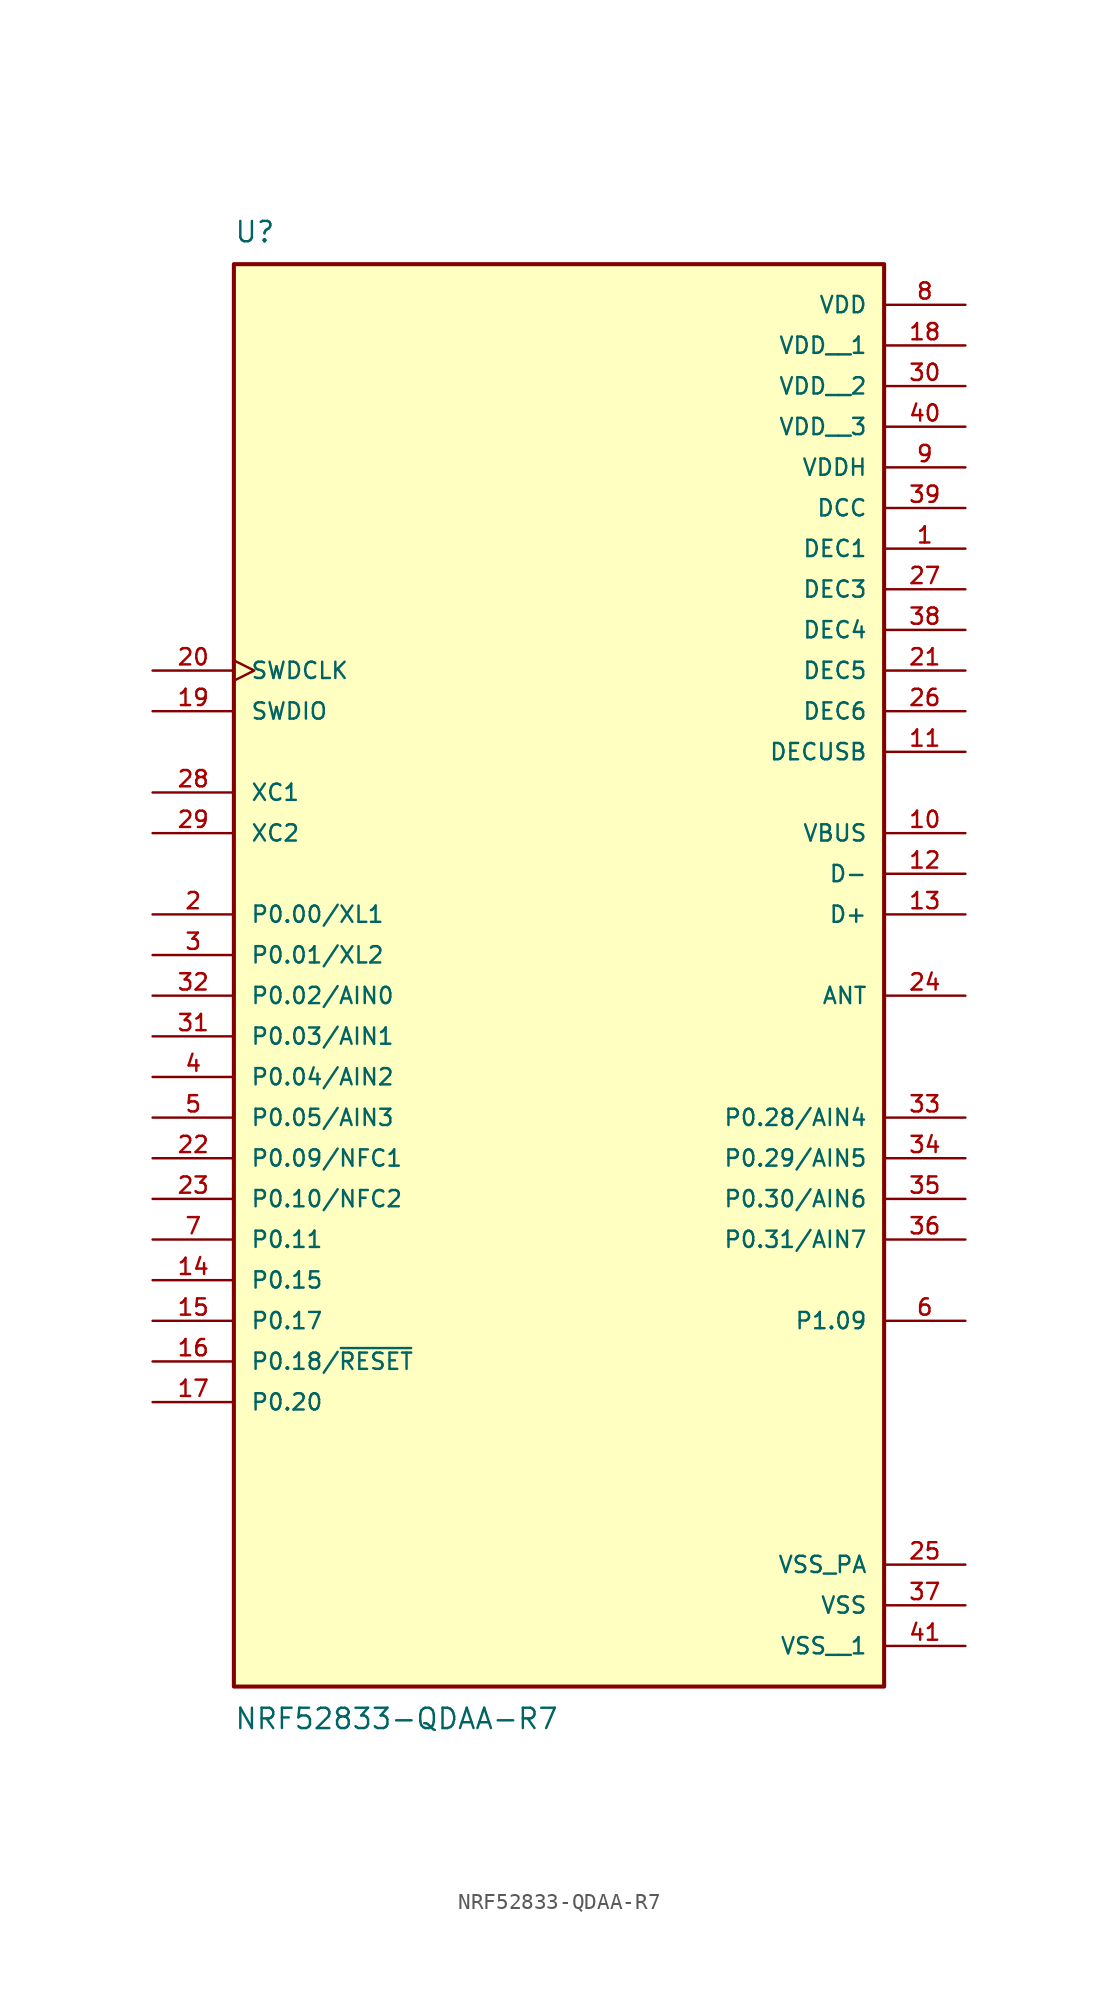
<source format=kicad_sym>
(kicad_symbol_lib
  (version 20211014)
  (generator kicad_symbol_editor)
  (symbol "NRF52833-QDAA-R7"
    (pin_names
      (offset 1.016))
    (property "Reference" "U"
      (at -20.32 39.37 0)
      (effects (font (size 1.27 1.27)) (justify bottom left)))
    (property "Value" "NRF52833-QDAA-R7"
      (at -20.32 -52.07 0)
      (effects (font (size 1.27 1.27)) (justify top left)))
    (symbol "NRF52833-QDAA-R7_0_0"
      (rectangle (start -20.32 -50.8) (end 20.32 38.1) (stroke (width 0.254)) (fill (type background)))
      (pin bidirectional line (at 25.4 -22.86 180.0) (length 5.08) (name "P0.31/AIN7" (effects (font (size 1.016 1.016)))) (number "36" (effects (font (size 1.016 1.016)))))
      (pin bidirectional line (at 25.4 -17.78 180.0) (length 5.08) (name "P0.29/AIN5" (effects (font (size 1.016 1.016)))) (number "34" (effects (font (size 1.016 1.016)))))
      (pin bidirectional line (at -25.4 -7.62 0) (length 5.08) (name "P0.02/AIN0" (effects (font (size 1.016 1.016)))) (number "32" (effects (font (size 1.016 1.016)))))
      (pin power_in line (at 25.4 35.56 180.0) (length 5.08) (name "VDD" (effects (font (size 1.016 1.016)))) (number "8" (effects (font (size 1.016 1.016)))))
      (pin input line (at -25.4 2.54 0) (length 5.08) (name "XC2" (effects (font (size 1.016 1.016)))) (number "29" (effects (font (size 1.016 1.016)))))
      (pin power_in line (at 25.4 22.86 180.0) (length 5.08) (name "DCC" (effects (font (size 1.016 1.016)))) (number "39" (effects (font (size 1.016 1.016)))))
      (pin power_in line (at 25.4 15.24 180.0) (length 5.08) (name "DEC4" (effects (font (size 1.016 1.016)))) (number "38" (effects (font (size 1.016 1.016)))))
      (pin power_in line (at 25.4 -45.72 180.0) (length 5.08) (name "VSS" (effects (font (size 1.016 1.016)))) (number "37" (effects (font (size 1.016 1.016)))))
      (pin bidirectional line (at 25.4 -20.32 180.0) (length 5.08) (name "P0.30/AIN6" (effects (font (size 1.016 1.016)))) (number "35" (effects (font (size 1.016 1.016)))))
      (pin bidirectional line (at 25.4 -15.24 180.0) (length 5.08) (name "P0.28/AIN4" (effects (font (size 1.016 1.016)))) (number "33" (effects (font (size 1.016 1.016)))))
      (pin bidirectional line (at -25.4 -10.16 0) (length 5.08) (name "P0.03/AIN1" (effects (font (size 1.016 1.016)))) (number "31" (effects (font (size 1.016 1.016)))))
      (pin input line (at -25.4 5.08 0) (length 5.08) (name "XC1" (effects (font (size 1.016 1.016)))) (number "28" (effects (font (size 1.016 1.016)))))
      (pin power_in line (at 25.4 20.32 180.0) (length 5.08) (name "DEC1" (effects (font (size 1.016 1.016)))) (number "1" (effects (font (size 1.016 1.016)))))
      (pin bidirectional line (at -25.4 -2.54 0) (length 5.08) (name "P0.00/XL1" (effects (font (size 1.016 1.016)))) (number "2" (effects (font (size 1.016 1.016)))))
      (pin power_in line (at 25.4 17.78 180.0) (length 5.08) (name "DEC3" (effects (font (size 1.016 1.016)))) (number "27" (effects (font (size 1.016 1.016)))))
      (pin power_in line (at 25.4 10.16 180.0) (length 5.08) (name "DEC6" (effects (font (size 1.016 1.016)))) (number "26" (effects (font (size 1.016 1.016)))))
      (pin bidirectional line (at -25.4 -5.08 0) (length 5.08) (name "P0.01/XL2" (effects (font (size 1.016 1.016)))) (number "3" (effects (font (size 1.016 1.016)))))
      (pin power_in line (at 25.4 -43.18 180.0) (length 5.08) (name "VSS_PA" (effects (font (size 1.016 1.016)))) (number "25" (effects (font (size 1.016 1.016)))))
      (pin bidirectional line (at 25.4 -7.62 180.0) (length 5.08) (name "ANT" (effects (font (size 1.016 1.016)))) (number "24" (effects (font (size 1.016 1.016)))))
      (pin bidirectional line (at -25.4 -12.7 0) (length 5.08) (name "P0.04/AIN2" (effects (font (size 1.016 1.016)))) (number "4" (effects (font (size 1.016 1.016)))))
      (pin bidirectional line (at -25.4 -20.32 0) (length 5.08) (name "P0.10/NFC2" (effects (font (size 1.016 1.016)))) (number "23" (effects (font (size 1.016 1.016)))))
      (pin bidirectional line (at -25.4 -15.24 0) (length 5.08) (name "P0.05/AIN3" (effects (font (size 1.016 1.016)))) (number "5" (effects (font (size 1.016 1.016)))))
      (pin bidirectional line (at -25.4 -17.78 0) (length 5.08) (name "P0.09/NFC1" (effects (font (size 1.016 1.016)))) (number "22" (effects (font (size 1.016 1.016)))))
      (pin power_in line (at 25.4 12.7 180.0) (length 5.08) (name "DEC5" (effects (font (size 1.016 1.016)))) (number "21" (effects (font (size 1.016 1.016)))))
      (pin bidirectional line (at 25.4 -27.94 180.0) (length 5.08) (name "P1.09" (effects (font (size 1.016 1.016)))) (number "6" (effects (font (size 1.016 1.016)))))
      (pin bidirectional line (at -25.4 -22.86 0) (length 5.08) (name "P0.11" (effects (font (size 1.016 1.016)))) (number "7" (effects (font (size 1.016 1.016)))))
      (pin power_in line (at 25.4 25.4 180.0) (length 5.08) (name "VDDH" (effects (font (size 1.016 1.016)))) (number "9" (effects (font (size 1.016 1.016)))))
      (pin power_in line (at 25.4 7.62 180.0) (length 5.08) (name "DECUSB" (effects (font (size 1.016 1.016)))) (number "11" (effects (font (size 1.016 1.016)))))
      (pin input clock (at -25.4 12.7 0) (length 5.08) (name "SWDCLK" (effects (font (size 1.016 1.016)))) (number "20" (effects (font (size 1.016 1.016)))))
      (pin bidirectional line (at -25.4 -30.48 0) (length 5.08) (name "P0.18/~{RESET}" (effects (font (size 1.016 1.016)))) (number "16" (effects (font (size 1.016 1.016)))))
      (pin bidirectional line (at -25.4 10.16 0) (length 5.08) (name "SWDIO" (effects (font (size 1.016 1.016)))) (number "19" (effects (font (size 1.016 1.016)))))
      (pin power_in line (at 25.4 2.54 180.0) (length 5.08) (name "VBUS" (effects (font (size 1.016 1.016)))) (number "10" (effects (font (size 1.016 1.016)))))
      (pin bidirectional line (at 25.4 0.0 180.0) (length 5.08) (name "D-" (effects (font (size 1.016 1.016)))) (number "12" (effects (font (size 1.016 1.016)))))
      (pin bidirectional line (at 25.4 -2.54 180.0) (length 5.08) (name "D+" (effects (font (size 1.016 1.016)))) (number "13" (effects (font (size 1.016 1.016)))))
      (pin bidirectional line (at -25.4 -25.4 0) (length 5.08) (name "P0.15" (effects (font (size 1.016 1.016)))) (number "14" (effects (font (size 1.016 1.016)))))
      (pin bidirectional line (at -25.4 -27.94 0) (length 5.08) (name "P0.17" (effects (font (size 1.016 1.016)))) (number "15" (effects (font (size 1.016 1.016)))))
      (pin bidirectional line (at -25.4 -33.02 0) (length 5.08) (name "P0.20" (effects (font (size 1.016 1.016)))) (number "17" (effects (font (size 1.016 1.016)))))
      (pin power_in line (at 25.4 33.02 180.0) (length 5.08) (name "VDD__1" (effects (font (size 1.016 1.016)))) (number "18" (effects (font (size 1.016 1.016)))))
      (pin power_in line (at 25.4 30.48 180.0) (length 5.08) (name "VDD__2" (effects (font (size 1.016 1.016)))) (number "30" (effects (font (size 1.016 1.016)))))
      (pin power_in line (at 25.4 27.94 180.0) (length 5.08) (name "VDD__3" (effects (font (size 1.016 1.016)))) (number "40" (effects (font (size 1.016 1.016)))))
      (pin power_in line (at 25.4 -48.26 180.0) (length 5.08) (name "VSS__1" (effects (font (size 1.016 1.016)))) (number "41" (effects (font (size 1.016 1.016))))))))
</source>
